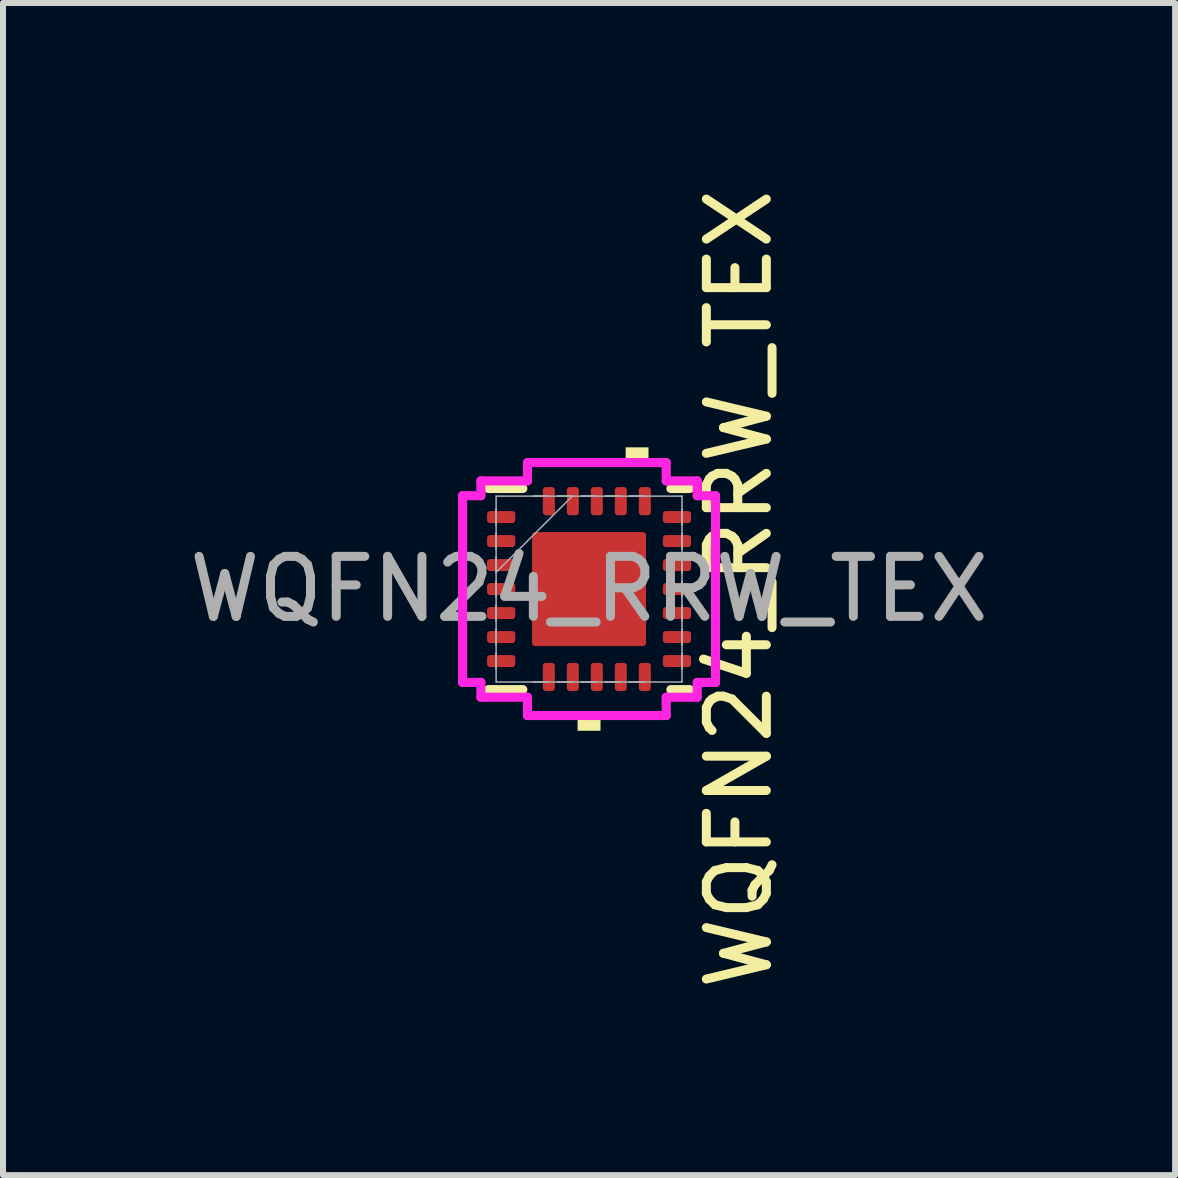
<source format=kicad_pcb>
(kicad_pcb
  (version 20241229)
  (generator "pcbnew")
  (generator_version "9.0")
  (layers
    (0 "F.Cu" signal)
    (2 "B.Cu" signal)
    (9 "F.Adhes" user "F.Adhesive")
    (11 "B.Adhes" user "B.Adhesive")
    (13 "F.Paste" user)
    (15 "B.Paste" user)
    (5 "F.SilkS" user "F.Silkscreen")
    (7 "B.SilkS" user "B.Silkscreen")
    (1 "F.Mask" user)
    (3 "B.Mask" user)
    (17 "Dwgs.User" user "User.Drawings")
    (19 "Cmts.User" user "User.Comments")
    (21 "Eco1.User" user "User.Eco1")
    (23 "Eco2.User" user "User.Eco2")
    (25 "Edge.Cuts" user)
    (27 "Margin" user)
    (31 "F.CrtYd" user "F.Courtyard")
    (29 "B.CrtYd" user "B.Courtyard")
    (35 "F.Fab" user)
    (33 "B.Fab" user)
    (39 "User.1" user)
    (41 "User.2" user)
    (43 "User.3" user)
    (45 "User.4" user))
  (footprint "WQFN24_RRW_TEX"
    (layer "F.Cu")
    (at 6.768 6.768)
    (property "Reference" "WQFN24_RRW_TEX" (at 2.5 0 90) (unlocked yes) (layer "F.SilkS") (effects (font (size 1 1) (thickness 0.15))))
    (attr smd)
    (fp_line (start -1.676 -1.676) (end -1.104 -1.676) (stroke (width 0.152) (type solid)) (layer "F.SilkS"))
    (fp_line (start -1.104 1.676) (end -1.676 1.676) (stroke (width 0.152) (type solid)) (layer "F.SilkS"))
    (fp_line (start 1.364 -1.676) (end 1.676 -1.676) (stroke (width 0.152) (type solid)) (layer "F.SilkS"))
    (fp_line (start 1.676 1.676) (end 1.364 1.676) (stroke (width 0.152) (type solid)) (layer "F.SilkS"))
    (fp_poly (pts (xy -0.191 2.108) (xy -0.191 2.362) (xy 0.191 2.362) (xy 0.191 2.108)) (stroke (width 0) (type solid)) (fill yes) (layer "F.SilkS"))
    (fp_poly (pts (xy 0.61 -2.108) (xy 0.61 -2.362) (xy 0.991 -2.362) (xy 0.991 -2.108)) (stroke (width 0) (type solid)) (fill yes) (layer "F.SilkS"))
    (fp_line (start -2.108 -1.556) (end -2.108 1.556) (stroke (width 0.152) (type solid)) (layer "F.CrtYd"))
    (fp_line (start -2.108 1.556) (end -1.803 1.556) (stroke (width 0.152) (type solid)) (layer "F.CrtYd"))
    (fp_line (start -1.803 -1.803) (end -1.803 -1.556) (stroke (width 0.152) (type solid)) (layer "F.CrtYd"))
    (fp_line (start -1.803 -1.556) (end -2.108 -1.556) (stroke (width 0.152) (type solid)) (layer "F.CrtYd"))
    (fp_line (start -1.803 1.556) (end -1.803 1.803) (stroke (width 0.152) (type solid)) (layer "F.CrtYd"))
    (fp_line (start -1.803 1.803) (end -1.026 1.803) (stroke (width 0.152) (type solid)) (layer "F.CrtYd"))
    (fp_line (start -1.026 -2.108) (end -1.026 -1.803) (stroke (width 0.152) (type solid)) (layer "F.CrtYd"))
    (fp_line (start -1.026 -1.803) (end -1.803 -1.803) (stroke (width 0.152) (type solid)) (layer "F.CrtYd"))
    (fp_line (start -1.026 1.803) (end -1.026 2.108) (stroke (width 0.152) (type solid)) (layer "F.CrtYd"))
    (fp_line (start -1.026 2.108) (end 1.286 2.108) (stroke (width 0.152) (type solid)) (layer "F.CrtYd"))
    (fp_line (start 1.286 -2.108) (end -1.026 -2.108) (stroke (width 0.152) (type solid)) (layer "F.CrtYd"))
    (fp_line (start 1.286 -1.803) (end 1.286 -2.108) (stroke (width 0.152) (type solid)) (layer "F.CrtYd"))
    (fp_line (start 1.286 1.803) (end 1.803 1.803) (stroke (width 0.152) (type solid)) (layer "F.CrtYd"))
    (fp_line (start 1.286 2.108) (end 1.286 1.803) (stroke (width 0.152) (type solid)) (layer "F.CrtYd"))
    (fp_line (start 1.803 -1.803) (end 1.286 -1.803) (stroke (width 0.152) (type solid)) (layer "F.CrtYd"))
    (fp_line (start 1.803 -1.556) (end 1.803 -1.803) (stroke (width 0.152) (type solid)) (layer "F.CrtYd"))
    (fp_line (start 1.803 1.556) (end 2.108 1.556) (stroke (width 0.152) (type solid)) (layer "F.CrtYd"))
    (fp_line (start 1.803 1.803) (end 1.803 1.556) (stroke (width 0.152) (type solid)) (layer "F.CrtYd"))
    (fp_line (start 2.108 -1.556) (end 1.803 -1.556) (stroke (width 0.152) (type solid)) (layer "F.CrtYd"))
    (fp_line (start 2.108 1.556) (end 2.108 -1.556) (stroke (width 0.152) (type solid)) (layer "F.CrtYd"))
    (fp_line (start -1.549 -1.549) (end -1.549 1.549) (stroke (width 0.025) (type solid)) (layer "F.Fab"))
    (fp_line (start -1.549 -1.327) (end -1.549 -1.327) (stroke (width 0.025) (type solid)) (layer "F.Fab"))
    (fp_line (start -1.549 -1.327) (end -1.549 -1.073) (stroke (width 0.025) (type solid)) (layer "F.Fab"))
    (fp_line (start -1.549 -1.073) (end -1.549 -1.327) (stroke (width 0.025) (type solid)) (layer "F.Fab"))
    (fp_line (start -1.549 -1.073) (end -1.549 -1.073) (stroke (width 0.025) (type solid)) (layer "F.Fab"))
    (fp_line (start -1.549 -0.927) (end -1.549 -0.927) (stroke (width 0.025) (type solid)) (layer "F.Fab"))
    (fp_line (start -1.549 -0.927) (end -1.549 -0.673) (stroke (width 0.025) (type solid)) (layer "F.Fab"))
    (fp_line (start -1.549 -0.673) (end -1.549 -0.927) (stroke (width 0.025) (type solid)) (layer "F.Fab"))
    (fp_line (start -1.549 -0.673) (end -1.549 -0.673) (stroke (width 0.025) (type solid)) (layer "F.Fab"))
    (fp_line (start -1.549 -0.527) (end -1.549 -0.527) (stroke (width 0.025) (type solid)) (layer "F.Fab"))
    (fp_line (start -1.549 -0.527) (end -1.549 -0.273) (stroke (width 0.025) (type solid)) (layer "F.Fab"))
    (fp_line (start -1.549 -0.279) (end -0.279 -1.549) (stroke (width 0.025) (type solid)) (layer "F.Fab"))
    (fp_line (start -1.549 -0.273) (end -1.549 -0.527) (stroke (width 0.025) (type solid)) (layer "F.Fab"))
    (fp_line (start -1.549 -0.273) (end -1.549 -0.273) (stroke (width 0.025) (type solid)) (layer "F.Fab"))
    (fp_line (start -1.549 -0.127) (end -1.549 -0.127) (stroke (width 0.025) (type solid)) (layer "F.Fab"))
    (fp_line (start -1.549 -0.127) (end -1.549 0.127) (stroke (width 0.025) (type solid)) (layer "F.Fab"))
    (fp_line (start -1.549 0.127) (end -1.549 -0.127) (stroke (width 0.025) (type solid)) (layer "F.Fab"))
    (fp_line (start -1.549 0.127) (end -1.549 0.127) (stroke (width 0.025) (type solid)) (layer "F.Fab"))
    (fp_line (start -1.549 0.273) (end -1.549 0.273) (stroke (width 0.025) (type solid)) (layer "F.Fab"))
    (fp_line (start -1.549 0.273) (end -1.549 0.527) (stroke (width 0.025) (type solid)) (layer "F.Fab"))
    (fp_line (start -1.549 0.527) (end -1.549 0.273) (stroke (width 0.025) (type solid)) (layer "F.Fab"))
    (fp_line (start -1.549 0.527) (end -1.549 0.527) (stroke (width 0.025) (type solid)) (layer "F.Fab"))
    (fp_line (start -1.549 0.673) (end -1.549 0.673) (stroke (width 0.025) (type solid)) (layer "F.Fab"))
    (fp_line (start -1.549 0.673) (end -1.549 0.927) (stroke (width 0.025) (type solid)) (layer "F.Fab"))
    (fp_line (start -1.549 0.927) (end -1.549 0.673) (stroke (width 0.025) (type solid)) (layer "F.Fab"))
    (fp_line (start -1.549 0.927) (end -1.549 0.927) (stroke (width 0.025) (type solid)) (layer "F.Fab"))
    (fp_line (start -1.549 1.073) (end -1.549 1.073) (stroke (width 0.025) (type solid)) (layer "F.Fab"))
    (fp_line (start -1.549 1.073) (end -1.549 1.327) (stroke (width 0.025) (type solid)) (layer "F.Fab"))
    (fp_line (start -1.549 1.327) (end -1.549 1.073) (stroke (width 0.025) (type solid)) (layer "F.Fab"))
    (fp_line (start -1.549 1.327) (end -1.549 1.327) (stroke (width 0.025) (type solid)) (layer "F.Fab"))
    (fp_line (start -1.549 1.549) (end 1.549 1.549) (stroke (width 0.025) (type solid)) (layer "F.Fab"))
    (fp_line (start -0.927 -1.549) (end -0.927 -1.549) (stroke (width 0.025) (type solid)) (layer "F.Fab"))
    (fp_line (start -0.927 -1.549) (end -0.673 -1.549) (stroke (width 0.025) (type solid)) (layer "F.Fab"))
    (fp_line (start -0.927 1.549) (end -0.927 1.549) (stroke (width 0.025) (type solid)) (layer "F.Fab"))
    (fp_line (start -0.927 1.549) (end -0.673 1.549) (stroke (width 0.025) (type solid)) (layer "F.Fab"))
    (fp_line (start -0.673 -1.549) (end -0.927 -1.549) (stroke (width 0.025) (type solid)) (layer "F.Fab"))
    (fp_line (start -0.673 -1.549) (end -0.673 -1.549) (stroke (width 0.025) (type solid)) (layer "F.Fab"))
    (fp_line (start -0.673 1.549) (end -0.927 1.549) (stroke (width 0.025) (type solid)) (layer "F.Fab"))
    (fp_line (start -0.673 1.549) (end -0.673 1.549) (stroke (width 0.025) (type solid)) (layer "F.Fab"))
    (fp_line (start -0.527 -1.549) (end -0.527 -1.549) (stroke (width 0.025) (type solid)) (layer "F.Fab"))
    (fp_line (start -0.527 -1.549) (end -0.273 -1.549) (stroke (width 0.025) (type solid)) (layer "F.Fab"))
    (fp_line (start -0.527 1.549) (end -0.527 1.549) (stroke (width 0.025) (type solid)) (layer "F.Fab"))
    (fp_line (start -0.527 1.549) (end -0.273 1.549) (stroke (width 0.025) (type solid)) (layer "F.Fab"))
    (fp_line (start -0.273 -1.549) (end -0.527 -1.549) (stroke (width 0.025) (type solid)) (layer "F.Fab"))
    (fp_line (start -0.273 -1.549) (end -0.273 -1.549) (stroke (width 0.025) (type solid)) (layer "F.Fab"))
    (fp_line (start -0.273 1.549) (end -0.527 1.549) (stroke (width 0.025) (type solid)) (layer "F.Fab"))
    (fp_line (start -0.273 1.549) (end -0.273 1.549) (stroke (width 0.025) (type solid)) (layer "F.Fab"))
    (fp_line (start -0.127 -1.549) (end -0.127 -1.549) (stroke (width 0.025) (type solid)) (layer "F.Fab"))
    (fp_line (start -0.127 -1.549) (end 0.127 -1.549) (stroke (width 0.025) (type solid)) (layer "F.Fab"))
    (fp_line (start -0.127 1.549) (end -0.127 1.549) (stroke (width 0.025) (type solid)) (layer "F.Fab"))
    (fp_line (start -0.127 1.549) (end 0.127 1.549) (stroke (width 0.025) (type solid)) (layer "F.Fab"))
    (fp_line (start 0.127 -1.549) (end -0.127 -1.549) (stroke (width 0.025) (type solid)) (layer "F.Fab"))
    (fp_line (start 0.127 -1.549) (end 0.127 -1.549) (stroke (width 0.025) (type solid)) (layer "F.Fab"))
    (fp_line (start 0.127 1.549) (end -0.127 1.549) (stroke (width 0.025) (type solid)) (layer "F.Fab"))
    (fp_line (start 0.127 1.549) (end 0.127 1.549) (stroke (width 0.025) (type solid)) (layer "F.Fab"))
    (fp_line (start 0.273 -1.549) (end 0.273 -1.549) (stroke (width 0.025) (type solid)) (layer "F.Fab"))
    (fp_line (start 0.273 -1.549) (end 0.527 -1.549) (stroke (width 0.025) (type solid)) (layer "F.Fab"))
    (fp_line (start 0.273 1.549) (end 0.273 1.549) (stroke (width 0.025) (type solid)) (layer "F.Fab"))
    (fp_line (start 0.273 1.549) (end 0.527 1.549) (stroke (width 0.025) (type solid)) (layer "F.Fab"))
    (fp_line (start 0.527 -1.549) (end 0.273 -1.549) (stroke (width 0.025) (type solid)) (layer "F.Fab"))
    (fp_line (start 0.527 -1.549) (end 0.527 -1.549) (stroke (width 0.025) (type solid)) (layer "F.Fab"))
    (fp_line (start 0.527 1.549) (end 0.273 1.549) (stroke (width 0.025) (type solid)) (layer "F.Fab"))
    (fp_line (start 0.527 1.549) (end 0.527 1.549) (stroke (width 0.025) (type solid)) (layer "F.Fab"))
    (fp_line (start 0.673 -1.549) (end 0.673 -1.549) (stroke (width 0.025) (type solid)) (layer "F.Fab"))
    (fp_line (start 0.673 -1.549) (end 0.927 -1.549) (stroke (width 0.025) (type solid)) (layer "F.Fab"))
    (fp_line (start 0.673 1.549) (end 0.673 1.549) (stroke (width 0.025) (type solid)) (layer "F.Fab"))
    (fp_line (start 0.673 1.549) (end 0.927 1.549) (stroke (width 0.025) (type solid)) (layer "F.Fab"))
    (fp_line (start 0.927 -1.549) (end 0.673 -1.549) (stroke (width 0.025) (type solid)) (layer "F.Fab"))
    (fp_line (start 0.927 -1.549) (end 0.927 -1.549) (stroke (width 0.025) (type solid)) (layer "F.Fab"))
    (fp_line (start 0.927 1.549) (end 0.673 1.549) (stroke (width 0.025) (type solid)) (layer "F.Fab"))
    (fp_line (start 0.927 1.549) (end 0.927 1.549) (stroke (width 0.025) (type solid)) (layer "F.Fab"))
    (fp_line (start 1.549 -1.549) (end -1.549 -1.549) (stroke (width 0.025) (type solid)) (layer "F.Fab"))
    (fp_line (start 1.549 -1.327) (end 1.549 -1.327) (stroke (width 0.025) (type solid)) (layer "F.Fab"))
    (fp_line (start 1.549 -1.327) (end 1.549 -1.073) (stroke (width 0.025) (type solid)) (layer "F.Fab"))
    (fp_line (start 1.549 -1.073) (end 1.549 -1.327) (stroke (width 0.025) (type solid)) (layer "F.Fab"))
    (fp_line (start 1.549 -1.073) (end 1.549 -1.073) (stroke (width 0.025) (type solid)) (layer "F.Fab"))
    (fp_line (start 1.549 -0.927) (end 1.549 -0.927) (stroke (width 0.025) (type solid)) (layer "F.Fab"))
    (fp_line (start 1.549 -0.927) (end 1.549 -0.673) (stroke (width 0.025) (type solid)) (layer "F.Fab"))
    (fp_line (start 1.549 -0.673) (end 1.549 -0.927) (stroke (width 0.025) (type solid)) (layer "F.Fab"))
    (fp_line (start 1.549 -0.673) (end 1.549 -0.673) (stroke (width 0.025) (type solid)) (layer "F.Fab"))
    (fp_line (start 1.549 -0.527) (end 1.549 -0.527) (stroke (width 0.025) (type solid)) (layer "F.Fab"))
    (fp_line (start 1.549 -0.527) (end 1.549 -0.273) (stroke (width 0.025) (type solid)) (layer "F.Fab"))
    (fp_line (start 1.549 -0.273) (end 1.549 -0.527) (stroke (width 0.025) (type solid)) (layer "F.Fab"))
    (fp_line (start 1.549 -0.273) (end 1.549 -0.273) (stroke (width 0.025) (type solid)) (layer "F.Fab"))
    (fp_line (start 1.549 -0.127) (end 1.549 -0.127) (stroke (width 0.025) (type solid)) (layer "F.Fab"))
    (fp_line (start 1.549 -0.127) (end 1.549 0.127) (stroke (width 0.025) (type solid)) (layer "F.Fab"))
    (fp_line (start 1.549 0.127) (end 1.549 -0.127) (stroke (width 0.025) (type solid)) (layer "F.Fab"))
    (fp_line (start 1.549 0.127) (end 1.549 0.127) (stroke (width 0.025) (type solid)) (layer "F.Fab"))
    (fp_line (start 1.549 0.273) (end 1.549 0.273) (stroke (width 0.025) (type solid)) (layer "F.Fab"))
    (fp_line (start 1.549 0.273) (end 1.549 0.527) (stroke (width 0.025) (type solid)) (layer "F.Fab"))
    (fp_line (start 1.549 0.527) (end 1.549 0.273) (stroke (width 0.025) (type solid)) (layer "F.Fab"))
    (fp_line (start 1.549 0.527) (end 1.549 0.527) (stroke (width 0.025) (type solid)) (layer "F.Fab"))
    (fp_line (start 1.549 0.673) (end 1.549 0.673) (stroke (width 0.025) (type solid)) (layer "F.Fab"))
    (fp_line (start 1.549 0.673) (end 1.549 0.927) (stroke (width 0.025) (type solid)) (layer "F.Fab"))
    (fp_line (start 1.549 0.927) (end 1.549 0.673) (stroke (width 0.025) (type solid)) (layer "F.Fab"))
    (fp_line (start 1.549 0.927) (end 1.549 0.927) (stroke (width 0.025) (type solid)) (layer "F.Fab"))
    (fp_line (start 1.549 1.073) (end 1.549 1.073) (stroke (width 0.025) (type solid)) (layer "F.Fab"))
    (fp_line (start 1.549 1.073) (end 1.549 1.327) (stroke (width 0.025) (type solid)) (layer "F.Fab"))
    (fp_line (start 1.549 1.327) (end 1.549 1.073) (stroke (width 0.025) (type solid)) (layer "F.Fab"))
    (fp_line (start 1.549 1.327) (end 1.549 1.327) (stroke (width 0.025) (type solid)) (layer "F.Fab"))
    (fp_line (start 1.549 1.549) (end 1.549 -1.549) (stroke (width 0.025) (type solid)) (layer "F.Fab"))
    (fp_text user "${REFERENCE}" (at 0 0 0) (unlocked yes) (layer "F.Fab") (effects (font (size 1 1) (thickness 0.15))))
    (pad "" smd roundrect (at -0.47 -0.47) (size 0.75 0.75) (property pad_prop_heatsink) (layers "F.Paste") (roundrect_rratio 0.067))
    (pad "" smd roundrect (at -0.47 0.47) (size 0.75 0.75) (property pad_prop_heatsink) (layers "F.Paste") (roundrect_rratio 0.067))
    (pad "" smd roundrect (at 0.47 -0.47) (size 0.75 0.75) (property pad_prop_heatsink) (layers "F.Paste") (roundrect_rratio 0.067))
    (pad "" smd roundrect (at 0.47 0.47) (size 0.75 0.75) (property pad_prop_heatsink) (layers "F.Paste") (roundrect_rratio 0.067))
    (pad "1" smd roundrect (at -1.465 -1.2 90) (size 0.2 0.47) (layers "F.Cu" "F.Mask" "F.Paste") (roundrect_rratio 0.25))
    (pad "2" smd roundrect (at -1.465 -0.8 90) (size 0.2 0.47) (layers "F.Cu" "F.Mask" "F.Paste") (roundrect_rratio 0.25))
    (pad "3" smd roundrect (at -1.465 -0.4 90) (size 0.2 0.47) (layers "F.Cu" "F.Mask" "F.Paste") (roundrect_rratio 0.25))
    (pad "4" smd roundrect (at -1.465 0 90) (size 0.2 0.47) (layers "F.Cu" "F.Mask" "F.Paste") (roundrect_rratio 0.25))
    (pad "5" smd roundrect (at -1.465 0.4 90) (size 0.2 0.47) (layers "F.Cu" "F.Mask" "F.Paste") (roundrect_rratio 0.25))
    (pad "6" smd roundrect (at -1.465 0.8 90) (size 0.2 0.47) (layers "F.Cu" "F.Mask" "F.Paste") (roundrect_rratio 0.25))
    (pad "7" smd roundrect (at -1.465 1.2 90) (size 0.2 0.47) (layers "F.Cu" "F.Mask" "F.Paste") (roundrect_rratio 0.25))
    (pad "8" smd roundrect (at -0.67 1.465) (size 0.2 0.47) (layers "F.Cu" "F.Mask" "F.Paste") (roundrect_rratio 0.25))
    (pad "9" smd roundrect (at -0.27 1.465) (size 0.2 0.47) (layers "F.Cu" "F.Mask" "F.Paste") (roundrect_rratio 0.25))
    (pad "10" smd roundrect (at 0.13 1.465) (size 0.2 0.47) (layers "F.Cu" "F.Mask" "F.Paste") (roundrect_rratio 0.25))
    (pad "11" smd roundrect (at 0.53 1.465) (size 0.2 0.47) (layers "F.Cu" "F.Mask" "F.Paste") (roundrect_rratio 0.25))
    (pad "12" smd roundrect (at 0.93 1.465) (size 0.2 0.47) (layers "F.Cu" "F.Mask" "F.Paste") (roundrect_rratio 0.25))
    (pad "13" smd roundrect (at 1.465 1.2 90) (size 0.2 0.47) (layers "F.Cu" "F.Mask" "F.Paste") (roundrect_rratio 0.25))
    (pad "14" smd roundrect (at 1.465 0.8 90) (size 0.2 0.47) (layers "F.Cu" "F.Mask" "F.Paste") (roundrect_rratio 0.25))
    (pad "15" smd roundrect (at 1.465 0.4 90) (size 0.2 0.47) (layers "F.Cu" "F.Mask" "F.Paste") (roundrect_rratio 0.25))
    (pad "16" smd roundrect (at 1.465 0 90) (size 0.2 0.47) (layers "F.Cu" "F.Mask" "F.Paste") (roundrect_rratio 0.25))
    (pad "17" smd roundrect (at 1.465 -0.4 90) (size 0.2 0.47) (layers "F.Cu" "F.Mask" "F.Paste") (roundrect_rratio 0.25))
    (pad "18" smd roundrect (at 1.465 -0.8 90) (size 0.2 0.47) (layers "F.Cu" "F.Mask" "F.Paste") (roundrect_rratio 0.25))
    (pad "19" smd roundrect (at 1.465 -1.2 90) (size 0.2 0.47) (layers "F.Cu" "F.Mask" "F.Paste") (roundrect_rratio 0.25))
    (pad "20" smd roundrect (at 0.93 -1.465) (size 0.2 0.47) (layers "F.Cu" "F.Mask" "F.Paste") (roundrect_rratio 0.25))
    (pad "21" smd roundrect (at 0.53 -1.465) (size 0.2 0.47) (layers "F.Cu" "F.Mask" "F.Paste") (roundrect_rratio 0.25))
    (pad "22" smd roundrect (at 0.13 -1.465) (size 0.2 0.47) (layers "F.Cu" "F.Mask" "F.Paste") (roundrect_rratio 0.25))
    (pad "23" smd roundrect (at -0.27 -1.465) (size 0.2 0.47) (layers "F.Cu" "F.Mask" "F.Paste") (roundrect_rratio 0.25))
    (pad "24" smd roundrect (at -0.67 -1.465) (size 0.2 0.47) (layers "F.Cu" "F.Mask" "F.Paste") (roundrect_rratio 0.25))
    (pad "25" smd roundrect (at 0 0) (size 1.9 1.9) (property pad_prop_heatsink) (layers "F.Cu" "F.Mask") (roundrect_rratio 0.026)))
  (gr_rect
    (start -3 -3)
    (end 16.536 16.536)
    (stroke (width 0.1) (type default))
    (fill no)
    (layer "Edge.Cuts")))
</source>
